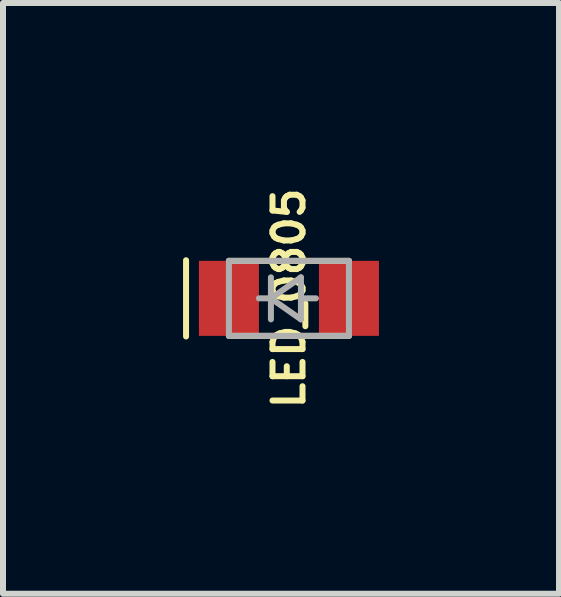
<source format=kicad_pcb>
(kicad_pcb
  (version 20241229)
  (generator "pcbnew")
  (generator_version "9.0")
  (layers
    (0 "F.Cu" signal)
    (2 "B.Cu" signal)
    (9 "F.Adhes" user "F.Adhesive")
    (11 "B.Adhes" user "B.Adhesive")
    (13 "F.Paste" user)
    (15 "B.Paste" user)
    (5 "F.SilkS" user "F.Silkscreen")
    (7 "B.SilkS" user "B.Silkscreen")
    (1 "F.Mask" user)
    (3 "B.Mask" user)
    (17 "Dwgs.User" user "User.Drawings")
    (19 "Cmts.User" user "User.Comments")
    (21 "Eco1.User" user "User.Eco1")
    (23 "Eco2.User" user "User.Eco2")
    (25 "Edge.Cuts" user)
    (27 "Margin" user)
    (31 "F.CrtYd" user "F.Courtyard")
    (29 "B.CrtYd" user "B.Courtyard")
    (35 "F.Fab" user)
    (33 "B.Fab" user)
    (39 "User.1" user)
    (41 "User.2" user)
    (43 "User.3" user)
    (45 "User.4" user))
  (footprint "LED_0805"
    (layer "F.Cu")
    (at 1.764 1.921)
    (property "Reference" "LED_0805" (at 0 0 90) (layer "F.SilkS") (effects (font (size 0.5 0.5) (thickness 0.1))))
    (attr smd)
    (fp_line (start -1.714 -0.635) (end -1.714 0.635) (stroke (width 0.1) (type solid)) (layer "F.SilkS"))
    (fp_line (start -1 -0.625) (end 1 -0.625) (stroke (width 0.1) (type solid)) (layer "F.SilkS"))
    (fp_line (start -1 0.625) (end 1 0.625) (stroke (width 0.1) (type solid)) (layer "F.SilkS"))
    (fp_line (start -1 -0.625) (end -1 0.625) (stroke (width 0.1) (type solid)) (layer "F.Fab"))
    (fp_line (start -1 -0.625) (end 1 -0.625) (stroke (width 0.1) (type solid)) (layer "F.Fab"))
    (fp_line (start -1 0.625) (end 1 0.625) (stroke (width 0.1) (type solid)) (layer "F.Fab"))
    (fp_line (start -0.3 -0.35) (end -0.3 0.35) (stroke (width 0.1) (type solid)) (layer "F.Fab"))
    (fp_line (start -0.3 0) (end -0.5 0) (stroke (width 0.1) (type solid)) (layer "F.Fab"))
    (fp_line (start -0.3 0) (end 0.2 -0.35) (stroke (width 0.1) (type solid)) (layer "F.Fab"))
    (fp_line (start 0.2 -0.35) (end 0.2 0.35) (stroke (width 0.1) (type solid)) (layer "F.Fab"))
    (fp_line (start 0.2 0) (end 0.45 0) (stroke (width 0.1) (type solid)) (layer "F.Fab"))
    (fp_line (start 0.2 0.35) (end -0.3 0) (stroke (width 0.1) (type solid)) (layer "F.Fab"))
    (fp_line (start 1 -0.625) (end 1 0.625) (stroke (width 0.1) (type solid)) (layer "F.Fab"))
    (pad "1" smd rect (at -1 0) (size 1 1.25) (layers "F.Cu" "F.Mask" "F.Paste"))
    (pad "2" smd rect (at 1 0) (size 1 1.25) (layers "F.Cu" "F.Mask" "F.Paste")))
  (gr_rect
    (start -3 -3)
    (end 6.264 6.843)
    (stroke (width 0.1) (type default))
    (fill no)
    (layer "Edge.Cuts")))
</source>
